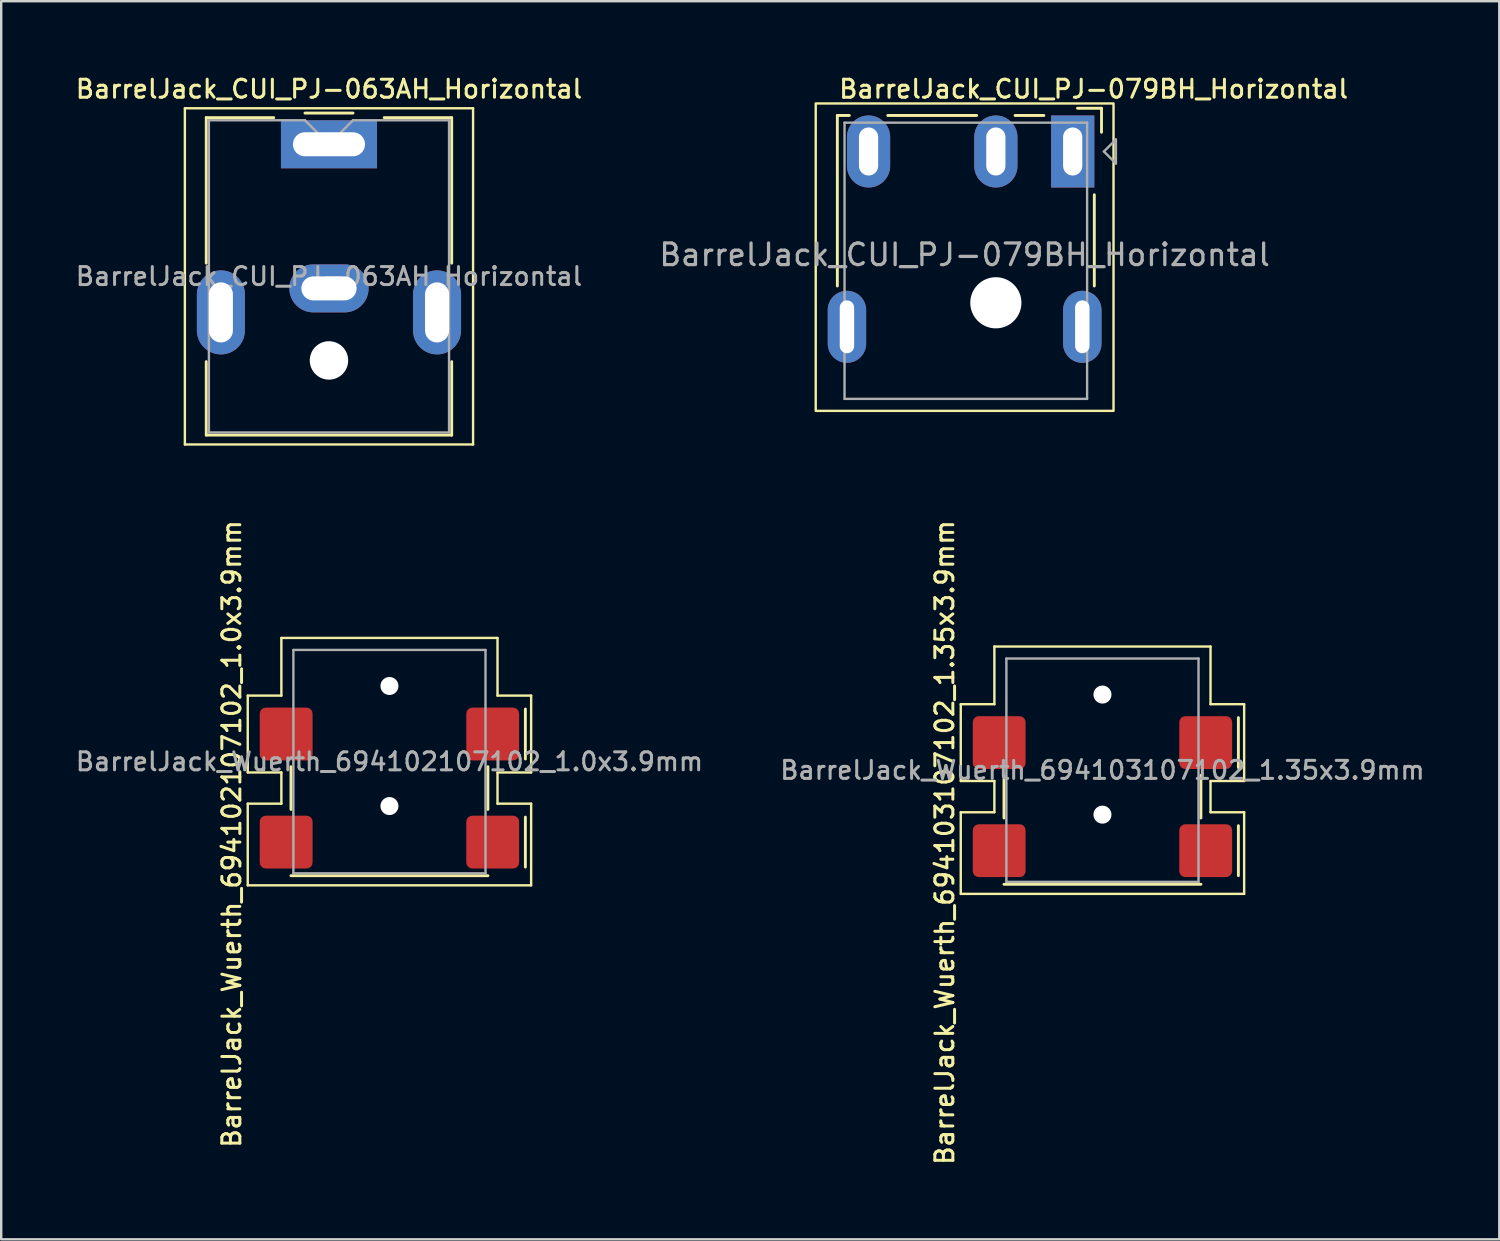
<source format=kicad_pcb>
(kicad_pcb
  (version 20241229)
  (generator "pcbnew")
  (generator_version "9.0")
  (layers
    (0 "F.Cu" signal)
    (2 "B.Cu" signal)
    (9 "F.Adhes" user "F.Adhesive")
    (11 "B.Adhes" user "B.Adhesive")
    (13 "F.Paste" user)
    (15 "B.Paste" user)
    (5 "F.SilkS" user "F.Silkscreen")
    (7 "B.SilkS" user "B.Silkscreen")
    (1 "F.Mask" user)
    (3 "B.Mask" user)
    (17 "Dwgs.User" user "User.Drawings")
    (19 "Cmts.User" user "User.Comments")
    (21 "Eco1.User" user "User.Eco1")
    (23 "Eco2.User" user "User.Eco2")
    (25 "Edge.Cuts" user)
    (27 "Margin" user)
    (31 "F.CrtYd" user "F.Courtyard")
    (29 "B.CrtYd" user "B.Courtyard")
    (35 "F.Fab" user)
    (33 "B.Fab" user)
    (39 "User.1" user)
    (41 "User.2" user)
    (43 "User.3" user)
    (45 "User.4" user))
  (footprint "BarrelJack_CUI_PJ-079BH_Horizontal"
    (layer "F.Cu")
    (at 41.616 3.258)
    (property "Reference" "BarrelJack_CUI_PJ-079BH_Horizontal" (at -9.8 -2.6 0) (layer "F.SilkS") (effects (font (size 0.75 0.75) (thickness 0.125)) (justify left)))
    (attr through_hole)
    (fp_line (start -9.8 5.6) (end -9.8 -1.5) (stroke (width 0.12) (type default)) (layer "F.SilkS"))
    (fp_line (start -9.3 -1.5) (end -9.8 -1.5) (stroke (width 0.12) (type default)) (layer "F.SilkS"))
    (fp_line (start -4 -1.5) (end -7.7 -1.5) (stroke (width 0.12) (type default)) (layer "F.SilkS"))
    (fp_line (start -1.2 -1.5) (end -2.4 -1.5) (stroke (width 0.12) (type default)) (layer "F.SilkS"))
    (fp_line (start 0.9 5.6) (end 0.9 1.8) (stroke (width 0.12) (type default)) (layer "F.SilkS"))
    (fp_line (start 1.2 -1.8) (end 0.2 -1.8) (stroke (width 0.12) (type default)) (layer "F.SilkS"))
    (fp_line (start 1.2 -1.8) (end 1.2 -0.8) (stroke (width 0.12) (type default)) (layer "F.SilkS"))
    (fp_rect (start -10.7 -2) (end 1.7 10.8) (stroke (width 0.1) (type default)) (fill no) (layer "F.SilkS"))
    (fp_line (start -9.5 -1.2) (end 0.6 -1.2) (stroke (width 0.1) (type default)) (layer "F.Fab"))
    (fp_line (start -9.5 10.3) (end -9.5 -1.2) (stroke (width 0.1) (type default)) (layer "F.Fab"))
    (fp_line (start 0.6 -1.2) (end 0.6 10.3) (stroke (width 0.1) (type default)) (layer "F.Fab"))
    (fp_line (start 0.6 10.3) (end -9.5 10.3) (stroke (width 0.1) (type default)) (layer "F.Fab"))
    (fp_line (start 1.3 0) (end 1.8 -0.5) (stroke (width 0.1) (type default)) (layer "F.Fab"))
    (fp_line (start 1.3 0) (end 1.8 0.5) (stroke (width 0.1) (type default)) (layer "F.Fab"))
    (fp_line (start 1.8 -0.5) (end 1.8 0.5) (stroke (width 0.1) (type default)) (layer "F.Fab"))
    (fp_text user "${REFERENCE}" (at -4.5 4.3 0) (layer "F.Fab") (effects (font (size 0.9 0.9) (thickness 0.135))))
    (pad "" np_thru_hole circle (at -3.2 6.3 180) (size 2.13 2.13) (drill 2.13) (layers "*.Cu" "*.Mask"))
    (pad "1" thru_hole rect (at 0 0 180) (size 1.8 3) (drill oval 0.8 2) (layers "*.Cu" "*.Mask"))
    (pad "2" thru_hole oval (at -8.5 0 180) (size 1.8 3) (drill oval 0.8 2) (layers "*.Cu" "*.Mask"))
    (pad "3" thru_hole oval (at -3.2 0 180) (size 1.8 3) (drill oval 0.8 2) (layers "*.Cu" "*.Mask"))
    (pad "SH" thru_hole oval (at -9.4 7.3 180) (size 1.6 3) (drill oval 0.6 2.2) (layers "*.Cu" "*.Mask"))
    (pad "SH" thru_hole oval (at 0.4 7.3 180) (size 1.6 3) (drill oval 0.6 2.2) (layers "*.Cu" "*.Mask")))
  (footprint "BarrelJack_Wuerth_694102107102_1.0x3.9mm"
    (layer "F.Cu")
    (at 13.166 28.664)
    (property "Reference" "BarrelJack_Wuerth_694102107102_1.0x3.9mm" (at -6.57 3.01 90) (layer "F.SilkS") (effects (font (size 0.75 0.75) (thickness 0.125))))
    (attr smd)
    (fp_line (start -5.9 -2.75) (end -5.9 0.45) (stroke (width 0.1) (type default)) (layer "F.SilkS"))
    (fp_line (start -5.9 -2.75) (end -4.5 -2.75) (stroke (width 0.1) (type default)) (layer "F.SilkS"))
    (fp_line (start -5.9 1.75) (end -4.5 1.75) (stroke (width 0.1) (type solid)) (layer "F.SilkS"))
    (fp_line (start -5.9 5.15) (end -5.9 1.75) (stroke (width 0.1) (type solid)) (layer "F.SilkS"))
    (fp_line (start -4.5 -5.15) (end 4.5 -5.15) (stroke (width 0.1) (type solid)) (layer "F.SilkS"))
    (fp_line (start -4.5 -2.75) (end -4.5 -5.15) (stroke (width 0.1) (type default)) (layer "F.SilkS"))
    (fp_line (start -4.5 0.45) (end -5.9 0.45) (stroke (width 0.1) (type solid)) (layer "F.SilkS"))
    (fp_line (start -4.5 1.75) (end -4.5 0.45) (stroke (width 0.1) (type default)) (layer "F.SilkS"))
    (fp_line (start -4.1 1.99) (end -4.1 0.21) (stroke (width 0.12) (type solid)) (layer "F.SilkS"))
    (fp_line (start 4.1 1.99) (end 4.1 0.21) (stroke (width 0.12) (type solid)) (layer "F.SilkS"))
    (fp_line (start 4.1 4.75) (end -4.1 4.75) (stroke (width 0.12) (type solid)) (layer "F.SilkS"))
    (fp_line (start 4.5 -2.75) (end 4.5 -5.15) (stroke (width 0.1) (type default)) (layer "F.SilkS"))
    (fp_line (start 4.5 0.45) (end 4.5 1.75) (stroke (width 0.1) (type default)) (layer "F.SilkS"))
    (fp_line (start 4.5 1.75) (end 5.9 1.75) (stroke (width 0.1) (type solid)) (layer "F.SilkS"))
    (fp_line (start 5.66 -0.11) (end 5.66 -2.19) (stroke (width 0.12) (type solid)) (layer "F.SilkS"))
    (fp_line (start 5.66 4.39) (end 5.66 2.31) (stroke (width 0.12) (type solid)) (layer "F.SilkS"))
    (fp_line (start 5.9 -2.75) (end 4.5 -2.75) (stroke (width 0.1) (type default)) (layer "F.SilkS"))
    (fp_line (start 5.9 -2.75) (end 5.9 0.45) (stroke (width 0.1) (type solid)) (layer "F.SilkS"))
    (fp_line (start 5.9 0.45) (end 4.5 0.45) (stroke (width 0.1) (type solid)) (layer "F.SilkS"))
    (fp_line (start 5.9 1.75) (end 5.9 5.15) (stroke (width 0.1) (type solid)) (layer "F.SilkS"))
    (fp_line (start 5.9 5.15) (end -5.9 5.15) (stroke (width 0.1) (type solid)) (layer "F.SilkS"))
    (fp_line (start -4 4.65) (end -4 -4.65) (stroke (width 0.1) (type solid)) (layer "F.Fab"))
    (fp_line (start -4 4.65) (end 4 4.65) (stroke (width 0.1) (type solid)) (layer "F.Fab"))
    (fp_line (start 4 -4.65) (end -4 -4.65) (stroke (width 0.1) (type solid)) (layer "F.Fab"))
    (fp_line (start 4 4.65) (end 4 -4.65) (stroke (width 0.1) (type solid)) (layer "F.Fab"))
    (fp_text user "${REFERENCE}" (at 0 0 180) (layer "F.Fab") (effects (font (size 0.75 0.75) (thickness 0.125))))
    (pad "" np_thru_hole circle (at 0 -3.15 180) (size 0.75 0.75) (drill 1) (layers "*.Cu" "*.Mask"))
    (pad "" np_thru_hole circle (at 0 1.85 180) (size 0.75 0.75) (drill 1) (layers "*.Cu" "*.Mask"))
    (pad "1" smd roundrect (at 4.3 -1.15 270) (size 2.2 2.2) (layers "F.Cu" "F.Mask" "F.Paste") (roundrect_rratio 0.114))
    (pad "1" smd roundrect (at 4.3 3.35 270) (size 2.2 2.2) (layers "F.Cu" "F.Mask" "F.Paste") (roundrect_rratio 0.114))
    (pad "2" smd roundrect (at -4.3 -1.15 270) (size 2.2 2.2) (layers "F.Cu" "F.Mask" "F.Paste") (roundrect_rratio 0.114))
    (pad "3" smd roundrect (at -4.3 3.35 270) (size 2.2 2.2) (layers "F.Cu" "F.Mask" "F.Paste") (roundrect_rratio 0.114)))
  (footprint "BarrelJack_CUI_PJ-063AH_Horizontal"
    (layer "F.Cu")
    (at 10.648 2.958)
    (property "Reference" "BarrelJack_CUI_PJ-063AH_Horizontal" (at 0 -2.3 0) (layer "F.SilkS") (effects (font (size 0.75 0.75) (thickness 0.125))))
    (attr through_hole)
    (fp_line (start -6 -1.5) (end -6 12.5) (stroke (width 0.1) (type solid)) (layer "F.SilkS"))
    (fp_line (start -6 12.5) (end 6 12.5) (stroke (width 0.1) (type solid)) (layer "F.SilkS"))
    (fp_line (start -5.11 -1.11) (end -2.3 -1.11) (stroke (width 0.12) (type solid)) (layer "F.SilkS"))
    (fp_line (start -5.11 4.95) (end -5.11 -1.11) (stroke (width 0.12) (type solid)) (layer "F.SilkS"))
    (fp_line (start -5.11 12.11) (end -5.11 9.05) (stroke (width 0.12) (type solid)) (layer "F.SilkS"))
    (fp_line (start -1 -1.3) (end 1 -1.3) (stroke (width 0.12) (type solid)) (layer "F.SilkS"))
    (fp_line (start 2.3 -1.11) (end 5.11 -1.11) (stroke (width 0.12) (type solid)) (layer "F.SilkS"))
    (fp_line (start 5.11 -1.11) (end 5.11 4.95) (stroke (width 0.12) (type solid)) (layer "F.SilkS"))
    (fp_line (start 5.11 9.05) (end 5.11 12.11) (stroke (width 0.12) (type solid)) (layer "F.SilkS"))
    (fp_line (start 5.11 12.11) (end -5.11 12.11) (stroke (width 0.12) (type solid)) (layer "F.SilkS"))
    (fp_line (start 6 -1.5) (end -6 -1.5) (stroke (width 0.1) (type solid)) (layer "F.SilkS"))
    (fp_line (start 6 12.5) (end 6 -1.5) (stroke (width 0.1) (type solid)) (layer "F.SilkS"))
    (fp_line (start -5 -1) (end -1 -1) (stroke (width 0.1) (type solid)) (layer "F.Fab"))
    (fp_line (start -5 12) (end -5 -1) (stroke (width 0.1) (type solid)) (layer "F.Fab"))
    (fp_line (start -1 -1) (end 0 0) (stroke (width 0.1) (type solid)) (layer "F.Fab"))
    (fp_line (start 0 0) (end 1 -1) (stroke (width 0.1) (type solid)) (layer "F.Fab"))
    (fp_line (start 1 -1) (end 5 -1) (stroke (width 0.1) (type solid)) (layer "F.Fab"))
    (fp_line (start 5 -1) (end 5 12) (stroke (width 0.1) (type solid)) (layer "F.Fab"))
    (fp_line (start 5 12) (end -5 12) (stroke (width 0.1) (type solid)) (layer "F.Fab"))
    (fp_text user "${REFERENCE}" (at 0 5.5 0) (layer "F.Fab") (effects (font (size 0.75 0.75) (thickness 0.125))))
    (pad "" np_thru_hole circle (at 0 9) (size 1.6 1.6) (drill 1.6) (layers "*.Cu" "*.Mask"))
    (pad "1" thru_hole rect (at 0 0) (size 4 2) (drill oval 3 1) (layers "*.Cu" "*.Mask"))
    (pad "2" thru_hole oval (at 0 6) (size 3.3 2) (drill oval 2.3 1) (layers "*.Cu" "*.Mask"))
    (pad "MP" thru_hole oval (at -4.5 7) (size 2 3.5) (drill oval 1 2.5) (layers "*.Cu" "*.Mask"))
    (pad "MP" thru_hole oval (at 4.5 7) (size 2 3.5) (drill oval 1 2.5) (layers "*.Cu" "*.Mask")))
  (footprint "BarrelJack_Wuerth_694103107102_1.35x3.9mm"
    (layer "F.Cu")
    (at 42.855 29.021)
    (property "Reference" "BarrelJack_Wuerth_694103107102_1.35x3.9mm" (at -6.57 3.01 90) (layer "F.SilkS") (effects (font (size 0.75 0.75) (thickness 0.125))))
    (attr smd)
    (fp_line (start -5.9 -2.75) (end -5.9 0.45) (stroke (width 0.1) (type default)) (layer "F.SilkS"))
    (fp_line (start -5.9 -2.75) (end -4.5 -2.75) (stroke (width 0.1) (type default)) (layer "F.SilkS"))
    (fp_line (start -5.9 1.75) (end -4.5 1.75) (stroke (width 0.1) (type solid)) (layer "F.SilkS"))
    (fp_line (start -5.9 5.15) (end -5.9 1.75) (stroke (width 0.1) (type solid)) (layer "F.SilkS"))
    (fp_line (start -4.5 -5.15) (end 4.5 -5.15) (stroke (width 0.1) (type solid)) (layer "F.SilkS"))
    (fp_line (start -4.5 -2.75) (end -4.5 -5.15) (stroke (width 0.1) (type default)) (layer "F.SilkS"))
    (fp_line (start -4.5 0.45) (end -5.9 0.45) (stroke (width 0.1) (type solid)) (layer "F.SilkS"))
    (fp_line (start -4.5 1.75) (end -4.5 0.45) (stroke (width 0.1) (type default)) (layer "F.SilkS"))
    (fp_line (start -4.1 1.99) (end -4.1 0.21) (stroke (width 0.12) (type solid)) (layer "F.SilkS"))
    (fp_line (start 4.1 1.99) (end 4.1 0.21) (stroke (width 0.12) (type solid)) (layer "F.SilkS"))
    (fp_line (start 4.1 4.75) (end -4.1 4.75) (stroke (width 0.12) (type solid)) (layer "F.SilkS"))
    (fp_line (start 4.5 -2.75) (end 4.5 -5.15) (stroke (width 0.1) (type default)) (layer "F.SilkS"))
    (fp_line (start 4.5 0.45) (end 4.5 1.75) (stroke (width 0.1) (type default)) (layer "F.SilkS"))
    (fp_line (start 4.5 1.75) (end 5.9 1.75) (stroke (width 0.1) (type solid)) (layer "F.SilkS"))
    (fp_line (start 5.66 -0.11) (end 5.66 -2.19) (stroke (width 0.12) (type solid)) (layer "F.SilkS"))
    (fp_line (start 5.66 4.39) (end 5.66 2.31) (stroke (width 0.12) (type solid)) (layer "F.SilkS"))
    (fp_line (start 5.9 -2.75) (end 4.5 -2.75) (stroke (width 0.1) (type default)) (layer "F.SilkS"))
    (fp_line (start 5.9 -2.75) (end 5.9 0.45) (stroke (width 0.1) (type solid)) (layer "F.SilkS"))
    (fp_line (start 5.9 0.45) (end 4.5 0.45) (stroke (width 0.1) (type solid)) (layer "F.SilkS"))
    (fp_line (start 5.9 1.75) (end 5.9 5.15) (stroke (width 0.1) (type solid)) (layer "F.SilkS"))
    (fp_line (start 5.9 5.15) (end -5.9 5.15) (stroke (width 0.1) (type solid)) (layer "F.SilkS"))
    (fp_line (start -4 4.65) (end -4 -4.65) (stroke (width 0.1) (type solid)) (layer "F.Fab"))
    (fp_line (start -4 4.65) (end 4 4.65) (stroke (width 0.1) (type solid)) (layer "F.Fab"))
    (fp_line (start 4 -4.65) (end -4 -4.65) (stroke (width 0.1) (type solid)) (layer "F.Fab"))
    (fp_line (start 4 4.65) (end 4 -4.65) (stroke (width 0.1) (type solid)) (layer "F.Fab"))
    (fp_text user "${REFERENCE}" (at 0 0 180) (layer "F.Fab") (effects (font (size 0.75 0.75) (thickness 0.125))))
    (pad "" np_thru_hole circle (at 0 -3.15 180) (size 0.75 0.75) (drill 1) (layers "*.Cu" "*.Mask"))
    (pad "" np_thru_hole circle (at 0 1.85 180) (size 0.75 0.75) (drill 1) (layers "*.Cu" "*.Mask"))
    (pad "1" smd roundrect (at 4.3 -1.15 270) (size 2.2 2.2) (layers "F.Cu" "F.Mask" "F.Paste") (roundrect_rratio 0.114))
    (pad "1" smd roundrect (at 4.3 3.35 270) (size 2.2 2.2) (layers "F.Cu" "F.Mask" "F.Paste") (roundrect_rratio 0.114))
    (pad "2" smd roundrect (at -4.3 -1.15 270) (size 2.2 2.2) (layers "F.Cu" "F.Mask" "F.Paste") (roundrect_rratio 0.114))
    (pad "3" smd roundrect (at -4.3 3.35 270) (size 2.2 2.2) (layers "F.Cu" "F.Mask" "F.Paste") (roundrect_rratio 0.114)))
  (gr_rect
    (start -3 -3)
    (end 59.379 48.555)
    (stroke (width 0.1) (type default))
    (fill no)
    (layer "Edge.Cuts")))
</source>
